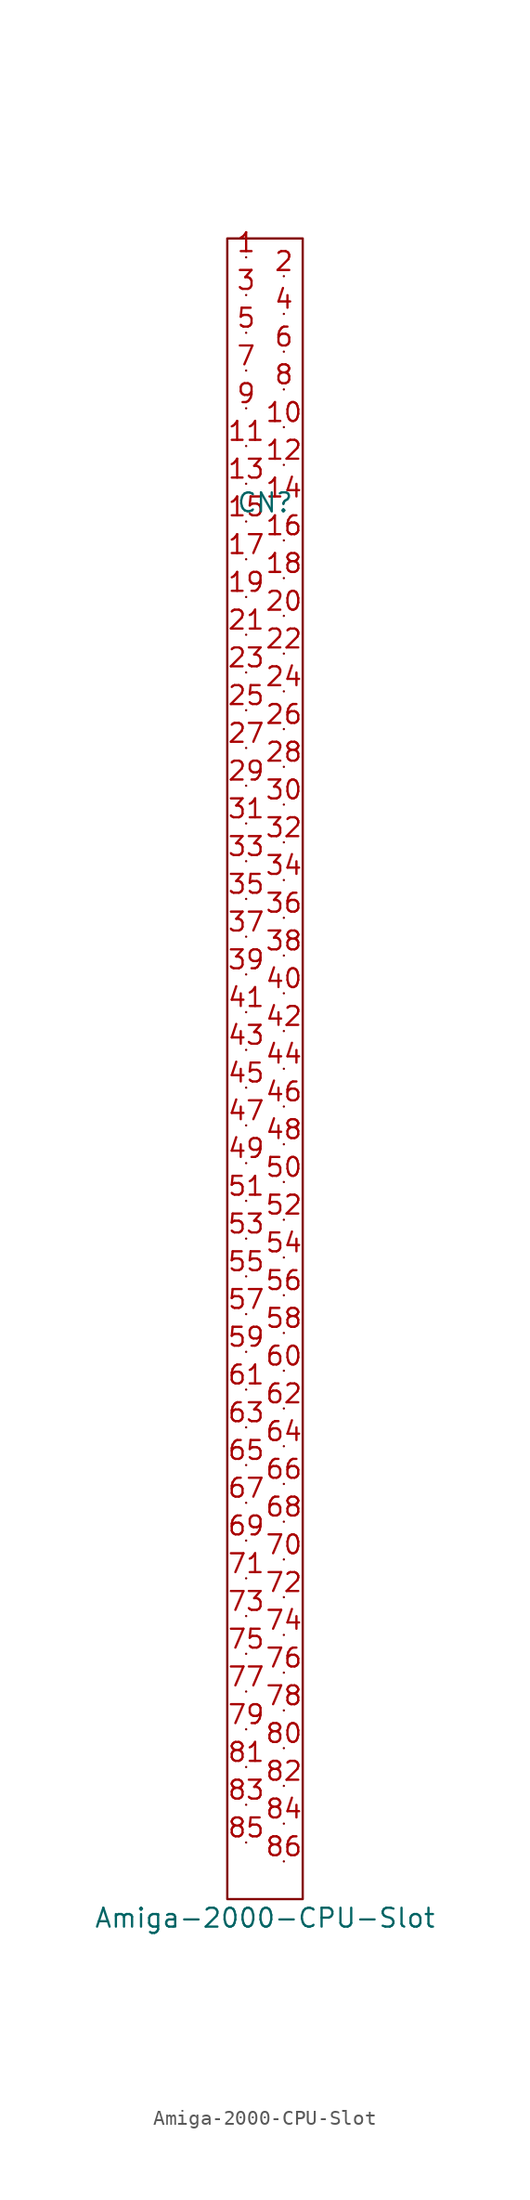
<source format=kicad_sym>
(kicad_symbol_lib
  (version 20220914)
  (generator kicad_symbol_editor)
  (symbol "Amiga-2000-CPU-Slot"
    (pin_names
      (offset 0) hide)
    (property "Reference" "CN"
      (at 0 36.83 0)
      (effects (font (size 1.27 1.27))))
    (property "Value" "Amiga-2000-CPU-Slot"
      (at 0 -58.42 0)
      (effects (font (size 1.27 1.27))))
    (symbol "Amiga-2000-CPU-Slot_0_1"
      (rectangle (start -2.54 54.61) (end 2.54 -57.15) (stroke (width 0) (type solid)) (fill (type none))))
    (symbol "Amiga-2000-CPU-Slot_1_1"
      (pin unspecified line (at -1.27 53.34 0) (length 0) (name "1" (effects (font (size 1.27 1.27)))) (number "1" (effects (font (size 1.27 1.27)))))
      (pin unspecified line (at 1.27 41.91 0) (length 0) (name "10" (effects (font (size 1.27 1.27)))) (number "10" (effects (font (size 1.27 1.27)))))
      (pin unspecified line (at -1.27 40.64 0) (length 0) (name "11" (effects (font (size 1.27 1.27)))) (number "11" (effects (font (size 1.27 1.27)))))
      (pin unspecified line (at 1.27 39.37 0) (length 0) (name "12" (effects (font (size 1.27 1.27)))) (number "12" (effects (font (size 1.27 1.27)))))
      (pin unspecified line (at -1.27 38.1 0) (length 0) (name "13" (effects (font (size 1.27 1.27)))) (number "13" (effects (font (size 1.27 1.27)))))
      (pin unspecified line (at 1.27 36.83 0) (length 0) (name "14" (effects (font (size 1.27 1.27)))) (number "14" (effects (font (size 1.27 1.27)))))
      (pin unspecified line (at -1.27 35.56 0) (length 0) (name "15" (effects (font (size 1.27 1.27)))) (number "15" (effects (font (size 1.27 1.27)))))
      (pin unspecified line (at 1.27 34.29 0) (length 0) (name "16" (effects (font (size 1.27 1.27)))) (number "16" (effects (font (size 1.27 1.27)))))
      (pin unspecified line (at -1.27 33.02 0) (length 0) (name "17" (effects (font (size 1.27 1.27)))) (number "17" (effects (font (size 1.27 1.27)))))
      (pin unspecified line (at 1.27 31.75 0) (length 0) (name "18" (effects (font (size 1.27 1.27)))) (number "18" (effects (font (size 1.27 1.27)))))
      (pin unspecified line (at -1.27 30.48 0) (length 0) (name "19" (effects (font (size 1.27 1.27)))) (number "19" (effects (font (size 1.27 1.27)))))
      (pin unspecified line (at 1.27 52.07 0) (length 0) (name "2" (effects (font (size 1.27 1.27)))) (number "2" (effects (font (size 1.27 1.27)))))
      (pin unspecified line (at 1.27 29.21 0) (length 0) (name "20" (effects (font (size 1.27 1.27)))) (number "20" (effects (font (size 1.27 1.27)))))
      (pin unspecified line (at -1.27 27.94 0) (length 0) (name "21" (effects (font (size 1.27 1.27)))) (number "21" (effects (font (size 1.27 1.27)))))
      (pin unspecified line (at 1.27 26.67 0) (length 0) (name "22" (effects (font (size 1.27 1.27)))) (number "22" (effects (font (size 1.27 1.27)))))
      (pin unspecified line (at -1.27 25.4 0) (length 0) (name "23" (effects (font (size 1.27 1.27)))) (number "23" (effects (font (size 1.27 1.27)))))
      (pin unspecified line (at 1.27 24.13 0) (length 0) (name "24" (effects (font (size 1.27 1.27)))) (number "24" (effects (font (size 1.27 1.27)))))
      (pin unspecified line (at -1.27 22.86 0) (length 0) (name "25" (effects (font (size 1.27 1.27)))) (number "25" (effects (font (size 1.27 1.27)))))
      (pin unspecified line (at 1.27 21.59 0) (length 0) (name "26" (effects (font (size 1.27 1.27)))) (number "26" (effects (font (size 1.27 1.27)))))
      (pin unspecified line (at -1.27 20.32 0) (length 0) (name "27" (effects (font (size 1.27 1.27)))) (number "27" (effects (font (size 1.27 1.27)))))
      (pin unspecified line (at 1.27 19.05 0) (length 0) (name "28" (effects (font (size 1.27 1.27)))) (number "28" (effects (font (size 1.27 1.27)))))
      (pin unspecified line (at -1.27 17.78 0) (length 0) (name "29" (effects (font (size 1.27 1.27)))) (number "29" (effects (font (size 1.27 1.27)))))
      (pin unspecified line (at -1.27 50.8 0) (length 0) (name "3" (effects (font (size 1.27 1.27)))) (number "3" (effects (font (size 1.27 1.27)))))
      (pin unspecified line (at 1.27 16.51 0) (length 0) (name "30" (effects (font (size 1.27 1.27)))) (number "30" (effects (font (size 1.27 1.27)))))
      (pin unspecified line (at -1.27 15.24 0) (length 0) (name "31" (effects (font (size 1.27 1.27)))) (number "31" (effects (font (size 1.27 1.27)))))
      (pin unspecified line (at 1.27 13.97 0) (length 0) (name "32" (effects (font (size 1.27 1.27)))) (number "32" (effects (font (size 1.27 1.27)))))
      (pin unspecified line (at -1.27 12.7 0) (length 0) (name "33" (effects (font (size 1.27 1.27)))) (number "33" (effects (font (size 1.27 1.27)))))
      (pin unspecified line (at 1.27 11.43 0) (length 0) (name "34" (effects (font (size 1.27 1.27)))) (number "34" (effects (font (size 1.27 1.27)))))
      (pin unspecified line (at -1.27 10.16 0) (length 0) (name "35" (effects (font (size 1.27 1.27)))) (number "35" (effects (font (size 1.27 1.27)))))
      (pin unspecified line (at 1.27 8.89 0) (length 0) (name "36" (effects (font (size 1.27 1.27)))) (number "36" (effects (font (size 1.27 1.27)))))
      (pin unspecified line (at -1.27 7.62 0) (length 0) (name "37" (effects (font (size 1.27 1.27)))) (number "37" (effects (font (size 1.27 1.27)))))
      (pin unspecified line (at 1.27 6.35 0) (length 0) (name "38" (effects (font (size 1.27 1.27)))) (number "38" (effects (font (size 1.27 1.27)))))
      (pin unspecified line (at -1.27 5.08 0) (length 0) (name "39" (effects (font (size 1.27 1.27)))) (number "39" (effects (font (size 1.27 1.27)))))
      (pin unspecified line (at 1.27 49.53 0) (length 0) (name "4" (effects (font (size 1.27 1.27)))) (number "4" (effects (font (size 1.27 1.27)))))
      (pin unspecified line (at 1.27 3.81 0) (length 0) (name "40" (effects (font (size 1.27 1.27)))) (number "40" (effects (font (size 1.27 1.27)))))
      (pin unspecified line (at -1.27 2.54 0) (length 0) (name "41" (effects (font (size 1.27 1.27)))) (number "41" (effects (font (size 1.27 1.27)))))
      (pin unspecified line (at 1.27 1.27 0) (length 0) (name "42" (effects (font (size 1.27 1.27)))) (number "42" (effects (font (size 1.27 1.27)))))
      (pin unspecified line (at -1.27 0 0) (length 0) (name "43" (effects (font (size 1.27 1.27)))) (number "43" (effects (font (size 1.27 1.27)))))
      (pin unspecified line (at 1.27 -1.27 0) (length 0) (name "44" (effects (font (size 1.27 1.27)))) (number "44" (effects (font (size 1.27 1.27)))))
      (pin unspecified line (at -1.27 -2.54 0) (length 0) (name "45" (effects (font (size 1.27 1.27)))) (number "45" (effects (font (size 1.27 1.27)))))
      (pin unspecified line (at 1.27 -3.81 0) (length 0) (name "46" (effects (font (size 1.27 1.27)))) (number "46" (effects (font (size 1.27 1.27)))))
      (pin unspecified line (at -1.27 -5.08 0) (length 0) (name "47" (effects (font (size 1.27 1.27)))) (number "47" (effects (font (size 1.27 1.27)))))
      (pin unspecified line (at 1.27 -6.35 0) (length 0) (name "48" (effects (font (size 1.27 1.27)))) (number "48" (effects (font (size 1.27 1.27)))))
      (pin unspecified line (at -1.27 -7.62 0) (length 0) (name "49" (effects (font (size 1.27 1.27)))) (number "49" (effects (font (size 1.27 1.27)))))
      (pin unspecified line (at -1.27 48.26 0) (length 0) (name "5" (effects (font (size 1.27 1.27)))) (number "5" (effects (font (size 1.27 1.27)))))
      (pin unspecified line (at 1.27 -8.89 0) (length 0) (name "50" (effects (font (size 1.27 1.27)))) (number "50" (effects (font (size 1.27 1.27)))))
      (pin unspecified line (at -1.27 -10.16 0) (length 0) (name "51" (effects (font (size 1.27 1.27)))) (number "51" (effects (font (size 1.27 1.27)))))
      (pin unspecified line (at 1.27 -11.43 0) (length 0) (name "52" (effects (font (size 1.27 1.27)))) (number "52" (effects (font (size 1.27 1.27)))))
      (pin unspecified line (at -1.27 -12.7 0) (length 0) (name "53" (effects (font (size 1.27 1.27)))) (number "53" (effects (font (size 1.27 1.27)))))
      (pin unspecified line (at 1.27 -13.97 0) (length 0) (name "54" (effects (font (size 1.27 1.27)))) (number "54" (effects (font (size 1.27 1.27)))))
      (pin unspecified line (at -1.27 -15.24 0) (length 0) (name "55" (effects (font (size 1.27 1.27)))) (number "55" (effects (font (size 1.27 1.27)))))
      (pin unspecified line (at 1.27 -16.51 0) (length 0) (name "56" (effects (font (size 1.27 1.27)))) (number "56" (effects (font (size 1.27 1.27)))))
      (pin unspecified line (at -1.27 -17.78 0) (length 0) (name "57" (effects (font (size 1.27 1.27)))) (number "57" (effects (font (size 1.27 1.27)))))
      (pin unspecified line (at 1.27 -19.05 0) (length 0) (name "58" (effects (font (size 1.27 1.27)))) (number "58" (effects (font (size 1.27 1.27)))))
      (pin unspecified line (at -1.27 -20.32 0) (length 0) (name "59" (effects (font (size 1.27 1.27)))) (number "59" (effects (font (size 1.27 1.27)))))
      (pin unspecified line (at 1.27 46.99 0) (length 0) (name "6" (effects (font (size 1.27 1.27)))) (number "6" (effects (font (size 1.27 1.27)))))
      (pin unspecified line (at 1.27 -21.59 0) (length 0) (name "60" (effects (font (size 1.27 1.27)))) (number "60" (effects (font (size 1.27 1.27)))))
      (pin unspecified line (at -1.27 -22.86 0) (length 0) (name "61" (effects (font (size 1.27 1.27)))) (number "61" (effects (font (size 1.27 1.27)))))
      (pin unspecified line (at 1.27 -24.13 0) (length 0) (name "62" (effects (font (size 1.27 1.27)))) (number "62" (effects (font (size 1.27 1.27)))))
      (pin unspecified line (at -1.27 -25.4 0) (length 0) (name "63" (effects (font (size 1.27 1.27)))) (number "63" (effects (font (size 1.27 1.27)))))
      (pin unspecified line (at 1.27 -26.67 0) (length 0) (name "64" (effects (font (size 1.27 1.27)))) (number "64" (effects (font (size 1.27 1.27)))))
      (pin unspecified line (at -1.27 -27.94 0) (length 0) (name "65" (effects (font (size 1.27 1.27)))) (number "65" (effects (font (size 1.27 1.27)))))
      (pin unspecified line (at 1.27 -29.21 0) (length 0) (name "66" (effects (font (size 1.27 1.27)))) (number "66" (effects (font (size 1.27 1.27)))))
      (pin unspecified line (at -1.27 -30.48 0) (length 0) (name "67" (effects (font (size 1.27 1.27)))) (number "67" (effects (font (size 1.27 1.27)))))
      (pin unspecified line (at 1.27 -31.75 0) (length 0) (name "68" (effects (font (size 1.27 1.27)))) (number "68" (effects (font (size 1.27 1.27)))))
      (pin unspecified line (at -1.27 -33.02 0) (length 0) (name "69" (effects (font (size 1.27 1.27)))) (number "69" (effects (font (size 1.27 1.27)))))
      (pin unspecified line (at -1.27 45.72 0) (length 0) (name "7" (effects (font (size 1.27 1.27)))) (number "7" (effects (font (size 1.27 1.27)))))
      (pin unspecified line (at 1.27 -34.29 0) (length 0) (name "70" (effects (font (size 1.27 1.27)))) (number "70" (effects (font (size 1.27 1.27)))))
      (pin unspecified line (at -1.27 -35.56 0) (length 0) (name "71" (effects (font (size 1.27 1.27)))) (number "71" (effects (font (size 1.27 1.27)))))
      (pin unspecified line (at 1.27 -36.83 0) (length 0) (name "72" (effects (font (size 1.27 1.27)))) (number "72" (effects (font (size 1.27 1.27)))))
      (pin unspecified line (at -1.27 -38.1 0) (length 0) (name "73" (effects (font (size 1.27 1.27)))) (number "73" (effects (font (size 1.27 1.27)))))
      (pin unspecified line (at 1.27 -39.37 0) (length 0) (name "74" (effects (font (size 1.27 1.27)))) (number "74" (effects (font (size 1.27 1.27)))))
      (pin unspecified line (at -1.27 -40.64 0) (length 0) (name "75" (effects (font (size 1.27 1.27)))) (number "75" (effects (font (size 1.27 1.27)))))
      (pin unspecified line (at 1.27 -41.91 0) (length 0) (name "76" (effects (font (size 1.27 1.27)))) (number "76" (effects (font (size 1.27 1.27)))))
      (pin unspecified line (at -1.27 -43.18 0) (length 0) (name "77" (effects (font (size 1.27 1.27)))) (number "77" (effects (font (size 1.27 1.27)))))
      (pin unspecified line (at 1.27 -44.45 0) (length 0) (name "78" (effects (font (size 1.27 1.27)))) (number "78" (effects (font (size 1.27 1.27)))))
      (pin unspecified line (at -1.27 -45.72 0) (length 0) (name "79" (effects (font (size 1.27 1.27)))) (number "79" (effects (font (size 1.27 1.27)))))
      (pin unspecified line (at 1.27 44.45 0) (length 0) (name "8" (effects (font (size 1.27 1.27)))) (number "8" (effects (font (size 1.27 1.27)))))
      (pin unspecified line (at 1.27 -46.99 0) (length 0) (name "80" (effects (font (size 1.27 1.27)))) (number "80" (effects (font (size 1.27 1.27)))))
      (pin unspecified line (at -1.27 -48.26 0) (length 0) (name "81" (effects (font (size 1.27 1.27)))) (number "81" (effects (font (size 1.27 1.27)))))
      (pin unspecified line (at 1.27 -49.53 0) (length 0) (name "82" (effects (font (size 1.27 1.27)))) (number "82" (effects (font (size 1.27 1.27)))))
      (pin unspecified line (at -1.27 -50.8 0) (length 0) (name "83" (effects (font (size 1.27 1.27)))) (number "83" (effects (font (size 1.27 1.27)))))
      (pin unspecified line (at 1.27 -52.07 0) (length 0) (name "84" (effects (font (size 1.27 1.27)))) (number "84" (effects (font (size 1.27 1.27)))))
      (pin unspecified line (at -1.27 -53.34 0) (length 0) (name "85" (effects (font (size 1.27 1.27)))) (number "85" (effects (font (size 1.27 1.27)))))
      (pin unspecified line (at 1.27 -54.61 0) (length 0) (name "86" (effects (font (size 1.27 1.27)))) (number "86" (effects (font (size 1.27 1.27)))))
      (pin unspecified line (at -1.27 43.18 0) (length 0) (name "9" (effects (font (size 1.27 1.27)))) (number "9" (effects (font (size 1.27 1.27))))))))
</source>
